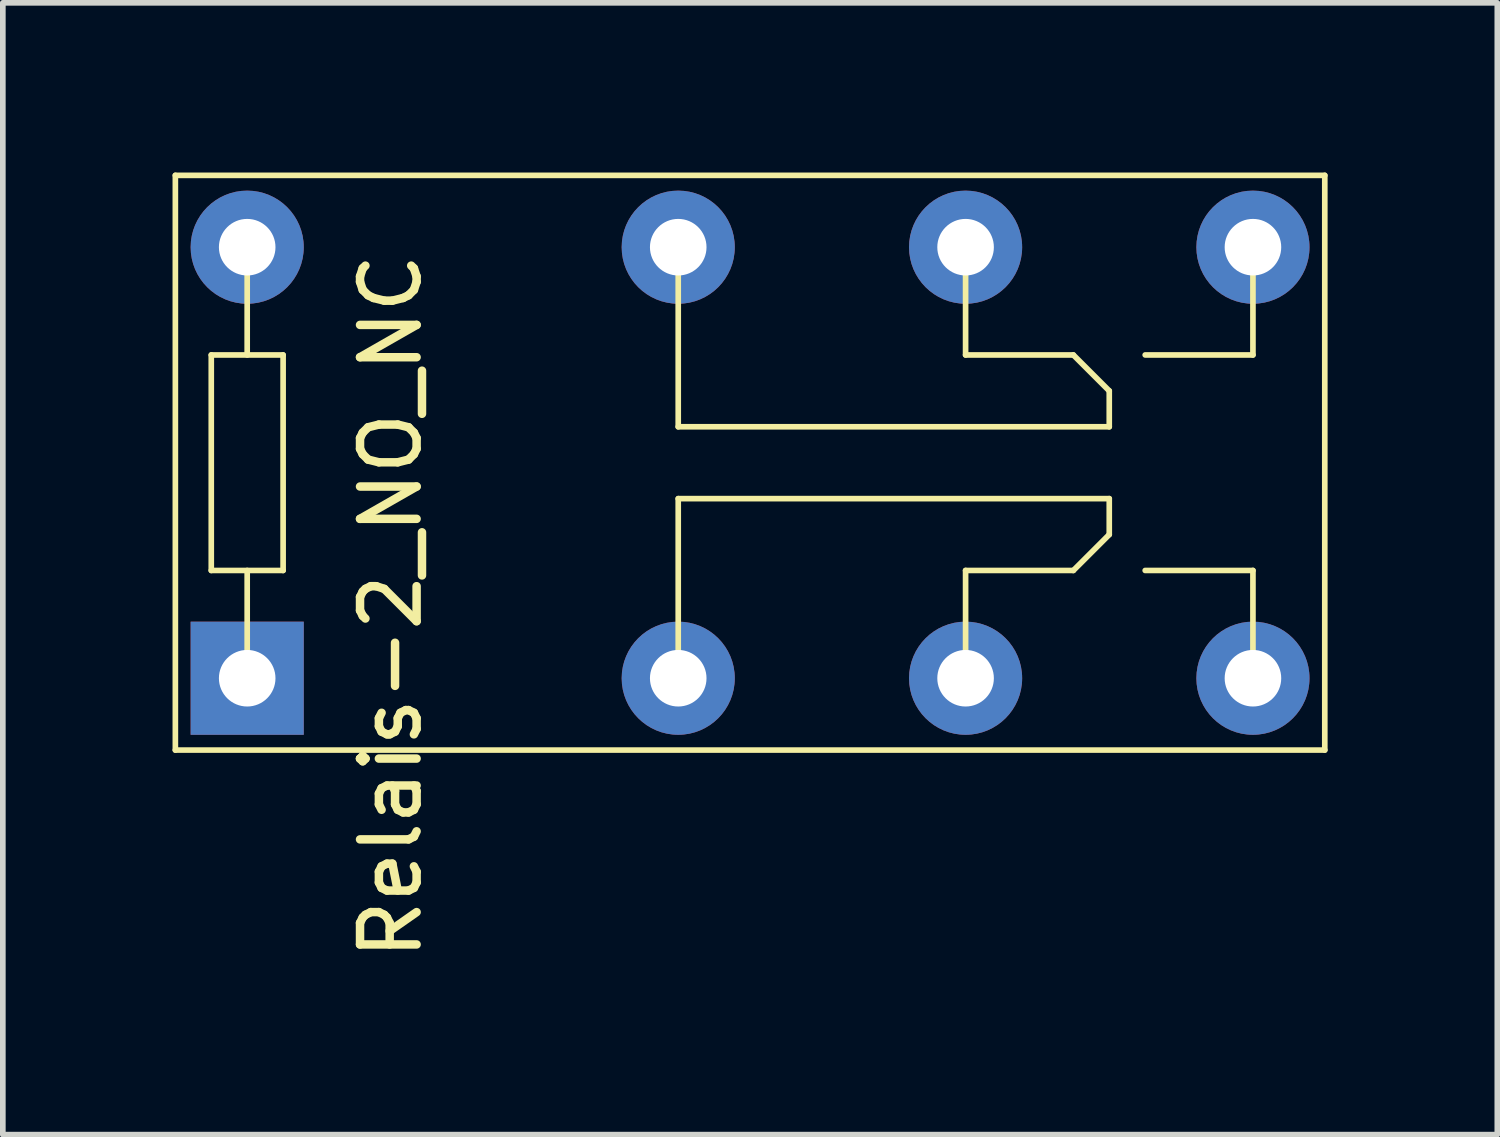
<source format=kicad_pcb>
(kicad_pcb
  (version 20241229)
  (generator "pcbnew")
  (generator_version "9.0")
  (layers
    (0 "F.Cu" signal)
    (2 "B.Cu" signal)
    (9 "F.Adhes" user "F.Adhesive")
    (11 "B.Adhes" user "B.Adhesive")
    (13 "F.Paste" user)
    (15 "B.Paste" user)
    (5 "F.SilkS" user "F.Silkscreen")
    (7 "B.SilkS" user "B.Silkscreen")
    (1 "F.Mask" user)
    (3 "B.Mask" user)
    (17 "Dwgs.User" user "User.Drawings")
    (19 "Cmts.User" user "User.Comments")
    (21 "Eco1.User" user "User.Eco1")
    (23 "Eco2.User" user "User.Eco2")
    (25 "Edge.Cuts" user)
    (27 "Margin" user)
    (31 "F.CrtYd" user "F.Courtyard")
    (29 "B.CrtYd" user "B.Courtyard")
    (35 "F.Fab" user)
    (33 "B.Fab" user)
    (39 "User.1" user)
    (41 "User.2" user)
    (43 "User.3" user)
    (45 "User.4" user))
  (footprint "Relais-2_NO_NC"
    (layer "F.Cu")
    (at 8.94 5.13)
    (property "Reference" "Relais-2_NO_NC" (at -5.08 2.54 90) (layer "F.SilkS") (effects (font (size 1 1) (thickness 0.15))))
    (attr through_hole)
    (fp_line (start -8.89 -5.08) (end 11.43 -5.08) (stroke (width 0.1) (type solid)) (layer "F.SilkS"))
    (fp_line (start -8.89 5.08) (end -8.89 -5.08) (stroke (width 0.1) (type solid)) (layer "F.SilkS"))
    (fp_line (start -8.255 -1.905) (end -6.985 -1.905) (stroke (width 0.1) (type solid)) (layer "F.SilkS"))
    (fp_line (start -8.255 1.905) (end -8.255 -1.905) (stroke (width 0.1) (type solid)) (layer "F.SilkS"))
    (fp_line (start -7.62 -3.81) (end -7.62 -1.905) (stroke (width 0.1) (type solid)) (layer "F.SilkS"))
    (fp_line (start -7.62 1.905) (end -7.62 3.81) (stroke (width 0.1) (type solid)) (layer "F.SilkS"))
    (fp_line (start -6.985 -1.905) (end -6.985 1.905) (stroke (width 0.1) (type solid)) (layer "F.SilkS"))
    (fp_line (start -6.985 1.905) (end -8.255 1.905) (stroke (width 0.1) (type solid)) (layer "F.SilkS"))
    (fp_line (start 0 -3.81) (end 0 -0.635) (stroke (width 0.1) (type solid)) (layer "F.SilkS"))
    (fp_line (start 0 -0.635) (end 7.62 -0.635) (stroke (width 0.1) (type solid)) (layer "F.SilkS"))
    (fp_line (start 0 0.635) (end 0 3.81) (stroke (width 0.1) (type solid)) (layer "F.SilkS"))
    (fp_line (start 5.08 -1.905) (end 5.08 -3.81) (stroke (width 0.1) (type solid)) (layer "F.SilkS"))
    (fp_line (start 5.08 1.905) (end 6.985 1.905) (stroke (width 0.1) (type solid)) (layer "F.SilkS"))
    (fp_line (start 5.08 3.81) (end 5.08 1.905) (stroke (width 0.1) (type solid)) (layer "F.SilkS"))
    (fp_line (start 6.985 -1.905) (end 5.08 -1.905) (stroke (width 0.1) (type solid)) (layer "F.SilkS"))
    (fp_line (start 6.985 1.905) (end 7.62 1.27) (stroke (width 0.1) (type solid)) (layer "F.SilkS"))
    (fp_line (start 7.62 -1.27) (end 6.985 -1.905) (stroke (width 0.1) (type solid)) (layer "F.SilkS"))
    (fp_line (start 7.62 -0.635) (end 7.62 -1.27) (stroke (width 0.1) (type solid)) (layer "F.SilkS"))
    (fp_line (start 7.62 0.635) (end 0 0.635) (stroke (width 0.1) (type solid)) (layer "F.SilkS"))
    (fp_line (start 7.62 1.27) (end 7.62 0.635) (stroke (width 0.1) (type solid)) (layer "F.SilkS"))
    (fp_line (start 8.255 -1.905) (end 10.16 -1.905) (stroke (width 0.1) (type solid)) (layer "F.SilkS"))
    (fp_line (start 10.16 -1.905) (end 10.16 -3.81) (stroke (width 0.1) (type solid)) (layer "F.SilkS"))
    (fp_line (start 10.16 1.905) (end 8.255 1.905) (stroke (width 0.1) (type solid)) (layer "F.SilkS"))
    (fp_line (start 10.16 3.81) (end 10.16 1.905) (stroke (width 0.1) (type solid)) (layer "F.SilkS"))
    (fp_line (start 11.43 -5.08) (end 11.43 5.08) (stroke (width 0.1) (type solid)) (layer "F.SilkS"))
    (fp_line (start 11.43 5.08) (end -8.89 5.08) (stroke (width 0.1) (type solid)) (layer "F.SilkS"))
    (pad "1" thru_hole rect (at -7.62 3.81) (size 2 2) (drill 1) (layers "*.Cu" "*.Mask"))
    (pad "4" thru_hole circle (at 0 3.81) (size 2 2) (drill 1) (layers "*.Cu" "*.Mask"))
    (pad "6" thru_hole circle (at 5.08 3.81) (size 2 2) (drill 1) (layers "*.Cu" "*.Mask"))
    (pad "8" thru_hole circle (at 10.16 3.81) (size 2 2) (drill 1) (layers "*.Cu" "*.Mask"))
    (pad "9" thru_hole circle (at 10.16 -3.81) (size 2 2) (drill 1) (layers "*.Cu" "*.Mask"))
    (pad "11" thru_hole circle (at 5.08 -3.81) (size 2 2) (drill 1) (layers "*.Cu" "*.Mask"))
    (pad "13" thru_hole circle (at 0 -3.81) (size 2 2) (drill 1) (layers "*.Cu" "*.Mask"))
    (pad "16" thru_hole circle (at -7.62 -3.81) (size 2 2) (drill 1) (layers "*.Cu" "*.Mask")))
  (gr_rect
    (start -3 -3)
    (end 23.42 17.009)
    (stroke (width 0.1) (type default))
    (fill no)
    (layer "Edge.Cuts")))
</source>
